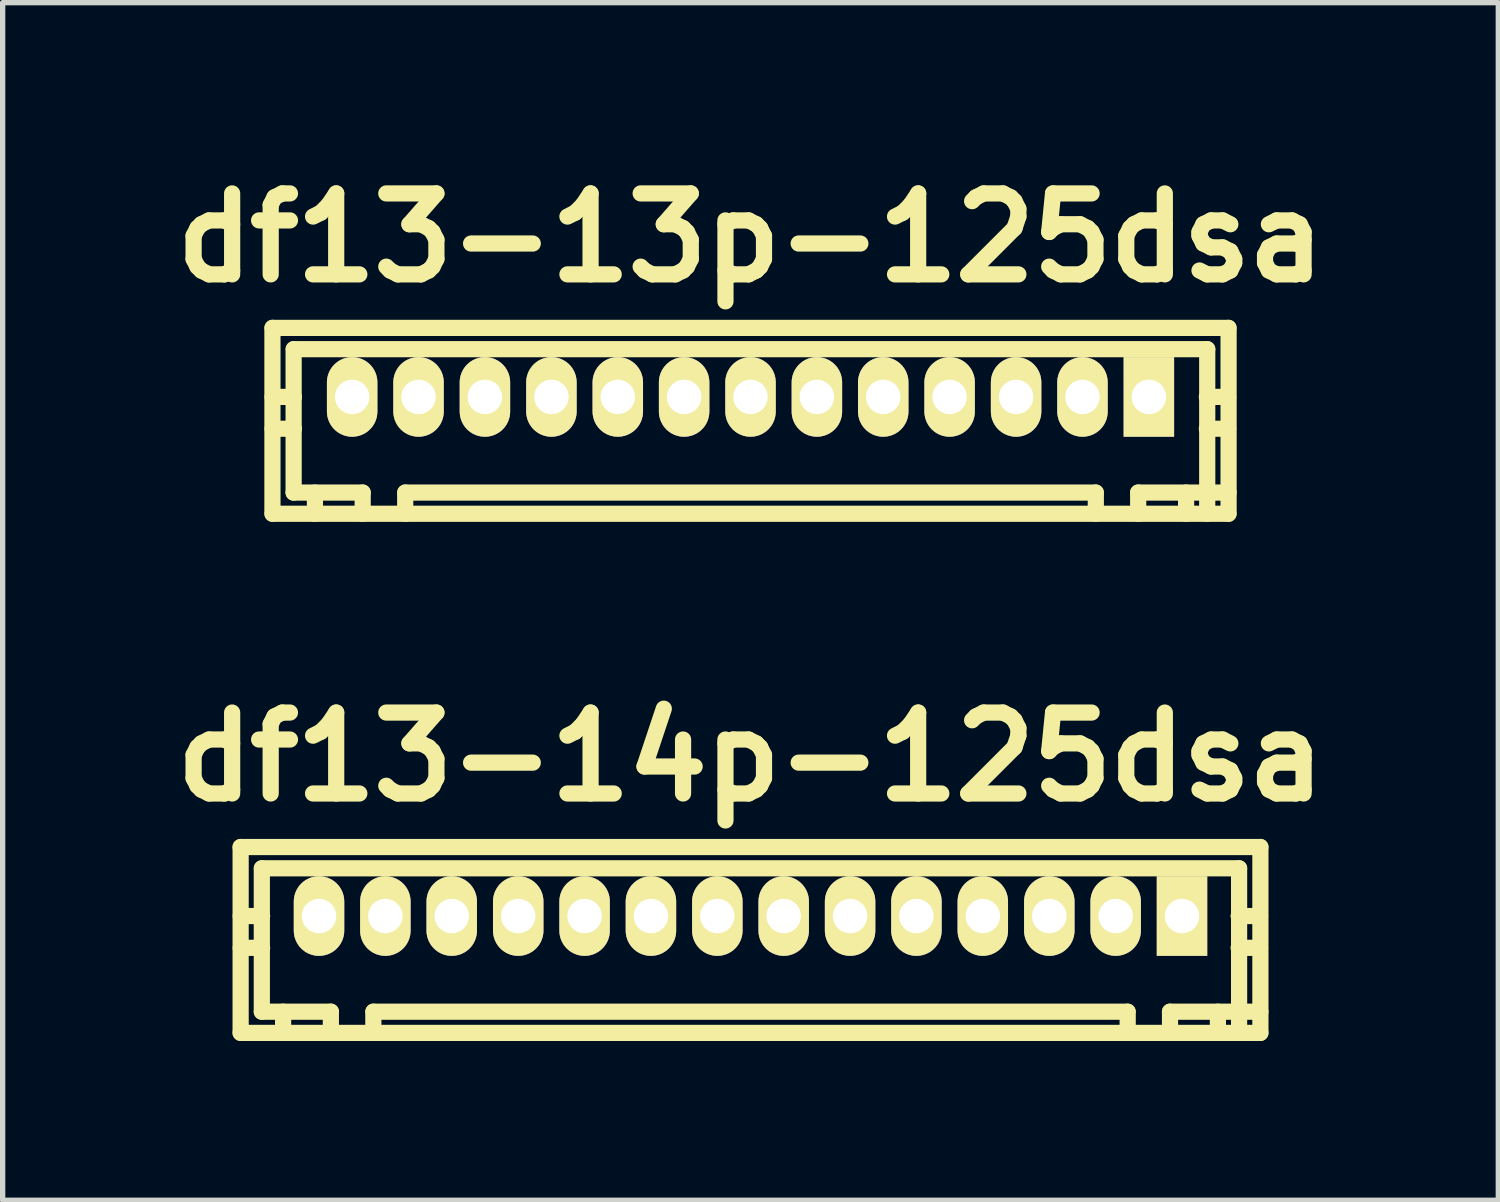
<source format=kicad_pcb>
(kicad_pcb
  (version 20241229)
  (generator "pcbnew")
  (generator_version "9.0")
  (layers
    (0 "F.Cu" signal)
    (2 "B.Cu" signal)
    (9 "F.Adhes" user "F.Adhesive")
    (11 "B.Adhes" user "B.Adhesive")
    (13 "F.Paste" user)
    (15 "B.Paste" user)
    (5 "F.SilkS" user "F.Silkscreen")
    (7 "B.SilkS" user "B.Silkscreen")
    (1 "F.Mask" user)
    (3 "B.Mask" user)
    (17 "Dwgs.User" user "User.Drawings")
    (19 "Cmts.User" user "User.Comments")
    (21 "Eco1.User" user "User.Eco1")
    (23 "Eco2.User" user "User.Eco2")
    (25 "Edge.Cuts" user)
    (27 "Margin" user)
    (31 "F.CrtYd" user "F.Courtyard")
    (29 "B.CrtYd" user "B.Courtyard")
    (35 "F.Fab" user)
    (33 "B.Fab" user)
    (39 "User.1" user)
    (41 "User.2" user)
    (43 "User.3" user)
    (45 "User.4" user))
  (footprint "df13-13p-125dsa"
    (layer "F.Cu")
    (at 11.082 4.424)
    (property "Reference" "df13-13p-125dsa" (at 0 -2.997 0) (layer "F.SilkS") (effects (font (size 1.524 1.524) (thickness 0.305))))
    (attr through_hole)
    (fp_line (start -9.002 2.2) (end -9.002 -1.3) (stroke (width 0.305) (type solid)) (layer "F.SilkS"))
    (fp_line (start -8.999 -1.3) (end 8.999 -1.3) (stroke (width 0.305) (type solid)) (layer "F.SilkS"))
    (fp_line (start -8.999 2.2) (end 8.999 2.2) (stroke (width 0.305) (type solid)) (layer "F.SilkS"))
    (fp_line (start -8.603 -0.899) (end -8.603 1.801) (stroke (width 0.305) (type solid)) (layer "F.SilkS"))
    (fp_line (start -8.598 0) (end -8.999 0) (stroke (width 0.305) (type solid)) (layer "F.SilkS"))
    (fp_line (start -8.598 0.599) (end -8.999 0.599) (stroke (width 0.305) (type solid)) (layer "F.SilkS"))
    (fp_line (start -8.202 1.801) (end -8.202 2.2) (stroke (width 0.305) (type solid)) (layer "F.SilkS"))
    (fp_line (start -7.6 -0.099) (end -7.6 0.099) (stroke (width 0.305) (type solid)) (layer "F.SilkS"))
    (fp_line (start -7.6 0.099) (end -7.399 0.099) (stroke (width 0.305) (type solid)) (layer "F.SilkS"))
    (fp_line (start -7.399 -0.099) (end -7.6 -0.099) (stroke (width 0.305) (type solid)) (layer "F.SilkS"))
    (fp_line (start -7.399 0.099) (end -7.399 -0.099) (stroke (width 0.305) (type solid)) (layer "F.SilkS"))
    (fp_line (start -7.303 1.801) (end -8.603 1.801) (stroke (width 0.305) (type solid)) (layer "F.SilkS"))
    (fp_line (start -7.303 1.801) (end -7.303 2.2) (stroke (width 0.305) (type solid)) (layer "F.SilkS"))
    (fp_line (start -6.502 2.2) (end -6.502 1.801) (stroke (width 0.305) (type solid)) (layer "F.SilkS"))
    (fp_line (start -6.299 -0.099) (end -6.299 0.099) (stroke (width 0.305) (type solid)) (layer "F.SilkS"))
    (fp_line (start -6.299 0.099) (end -6.101 0.099) (stroke (width 0.305) (type solid)) (layer "F.SilkS"))
    (fp_line (start -6.101 -0.099) (end -6.299 -0.099) (stroke (width 0.305) (type solid)) (layer "F.SilkS"))
    (fp_line (start -6.101 0.099) (end -6.101 -0.099) (stroke (width 0.305) (type solid)) (layer "F.SilkS"))
    (fp_line (start -5.1 -0.099) (end -5.1 0.099) (stroke (width 0.305) (type solid)) (layer "F.SilkS"))
    (fp_line (start -5.1 0.099) (end -4.9 0.099) (stroke (width 0.305) (type solid)) (layer "F.SilkS"))
    (fp_line (start -4.9 -0.099) (end -5.1 -0.099) (stroke (width 0.305) (type solid)) (layer "F.SilkS"))
    (fp_line (start -4.9 0.099) (end -4.9 -0.099) (stroke (width 0.305) (type solid)) (layer "F.SilkS"))
    (fp_line (start -3.8 -0.099) (end -3.8 0.099) (stroke (width 0.305) (type solid)) (layer "F.SilkS"))
    (fp_line (start -3.8 0.099) (end -3.599 0.099) (stroke (width 0.305) (type solid)) (layer "F.SilkS"))
    (fp_line (start -3.599 -0.099) (end -3.8 -0.099) (stroke (width 0.305) (type solid)) (layer "F.SilkS"))
    (fp_line (start -3.599 0.099) (end -3.599 -0.099) (stroke (width 0.305) (type solid)) (layer "F.SilkS"))
    (fp_line (start -2.601 -0.099) (end -2.601 0.099) (stroke (width 0.305) (type solid)) (layer "F.SilkS"))
    (fp_line (start -2.601 0.099) (end -2.4 0.099) (stroke (width 0.305) (type solid)) (layer "F.SilkS"))
    (fp_line (start -2.4 -0.099) (end -2.601 -0.099) (stroke (width 0.305) (type solid)) (layer "F.SilkS"))
    (fp_line (start -2.4 0.099) (end -2.4 -0.099) (stroke (width 0.305) (type solid)) (layer "F.SilkS"))
    (fp_line (start -1.3 -0.099) (end -1.3 0.099) (stroke (width 0.305) (type solid)) (layer "F.SilkS"))
    (fp_line (start -1.3 0.099) (end -1.1 0.099) (stroke (width 0.305) (type solid)) (layer "F.SilkS"))
    (fp_line (start -1.1 -0.099) (end -1.3 -0.099) (stroke (width 0.305) (type solid)) (layer "F.SilkS"))
    (fp_line (start -1.1 0.099) (end -1.1 -0.099) (stroke (width 0.305) (type solid)) (layer "F.SilkS"))
    (fp_line (start -0.099 -0.099) (end 0.099 -0.099) (stroke (width 0.305) (type solid)) (layer "F.SilkS"))
    (fp_line (start -0.099 0.099) (end -0.099 -0.099) (stroke (width 0.305) (type solid)) (layer "F.SilkS"))
    (fp_line (start 0.099 -0.099) (end 0.099 0.099) (stroke (width 0.305) (type solid)) (layer "F.SilkS"))
    (fp_line (start 0.099 0.099) (end -0.099 0.099) (stroke (width 0.305) (type solid)) (layer "F.SilkS"))
    (fp_line (start 1.1 -0.099) (end 1.3 -0.099) (stroke (width 0.305) (type solid)) (layer "F.SilkS"))
    (fp_line (start 1.1 0.099) (end 1.1 -0.099) (stroke (width 0.305) (type solid)) (layer "F.SilkS"))
    (fp_line (start 1.3 -0.099) (end 1.3 0.099) (stroke (width 0.305) (type solid)) (layer "F.SilkS"))
    (fp_line (start 1.3 0.099) (end 1.1 0.099) (stroke (width 0.305) (type solid)) (layer "F.SilkS"))
    (fp_line (start 2.4 -0.099) (end 2.601 -0.099) (stroke (width 0.305) (type solid)) (layer "F.SilkS"))
    (fp_line (start 2.4 0.099) (end 2.4 -0.099) (stroke (width 0.305) (type solid)) (layer "F.SilkS"))
    (fp_line (start 2.601 -0.099) (end 2.601 0.099) (stroke (width 0.305) (type solid)) (layer "F.SilkS"))
    (fp_line (start 2.601 0.099) (end 2.4 0.099) (stroke (width 0.305) (type solid)) (layer "F.SilkS"))
    (fp_line (start 3.599 -0.099) (end 3.8 -0.099) (stroke (width 0.305) (type solid)) (layer "F.SilkS"))
    (fp_line (start 3.599 0.099) (end 3.599 -0.099) (stroke (width 0.305) (type solid)) (layer "F.SilkS"))
    (fp_line (start 3.8 -0.099) (end 3.8 0.099) (stroke (width 0.305) (type solid)) (layer "F.SilkS"))
    (fp_line (start 3.8 0.099) (end 3.599 0.099) (stroke (width 0.305) (type solid)) (layer "F.SilkS"))
    (fp_line (start 4.9 -0.099) (end 5.1 -0.099) (stroke (width 0.305) (type solid)) (layer "F.SilkS"))
    (fp_line (start 4.9 0.099) (end 4.9 -0.099) (stroke (width 0.305) (type solid)) (layer "F.SilkS"))
    (fp_line (start 5.1 -0.099) (end 5.1 0.099) (stroke (width 0.305) (type solid)) (layer "F.SilkS"))
    (fp_line (start 5.1 0.099) (end 4.9 0.099) (stroke (width 0.305) (type solid)) (layer "F.SilkS"))
    (fp_line (start 6.101 -0.099) (end 6.299 -0.099) (stroke (width 0.305) (type solid)) (layer "F.SilkS"))
    (fp_line (start 6.101 0.099) (end 6.101 -0.099) (stroke (width 0.305) (type solid)) (layer "F.SilkS"))
    (fp_line (start 6.299 -0.099) (end 6.299 0.099) (stroke (width 0.305) (type solid)) (layer "F.SilkS"))
    (fp_line (start 6.299 0.099) (end 6.101 0.099) (stroke (width 0.305) (type solid)) (layer "F.SilkS"))
    (fp_line (start 6.5 1.801) (end -6.5 1.801) (stroke (width 0.305) (type solid)) (layer "F.SilkS"))
    (fp_line (start 6.502 2.2) (end 6.502 1.801) (stroke (width 0.305) (type solid)) (layer "F.SilkS"))
    (fp_line (start 7.3 1.801) (end 7.3 2.2) (stroke (width 0.305) (type solid)) (layer "F.SilkS"))
    (fp_line (start 7.3 1.801) (end 9.002 1.801) (stroke (width 0.305) (type solid)) (layer "F.SilkS"))
    (fp_line (start 7.399 -0.099) (end 7.6 -0.099) (stroke (width 0.305) (type solid)) (layer "F.SilkS"))
    (fp_line (start 7.399 0.099) (end 7.399 -0.099) (stroke (width 0.305) (type solid)) (layer "F.SilkS"))
    (fp_line (start 7.6 -0.099) (end 7.6 0.099) (stroke (width 0.305) (type solid)) (layer "F.SilkS"))
    (fp_line (start 7.6 0.099) (end 7.399 0.099) (stroke (width 0.305) (type solid)) (layer "F.SilkS"))
    (fp_line (start 8.202 1.801) (end 8.202 2.2) (stroke (width 0.305) (type solid)) (layer "F.SilkS"))
    (fp_line (start 8.593 0) (end 8.994 0) (stroke (width 0.305) (type solid)) (layer "F.SilkS"))
    (fp_line (start 8.6 -0.899) (end -8.6 -0.899) (stroke (width 0.305) (type solid)) (layer "F.SilkS"))
    (fp_line (start 8.6 -0.899) (end 8.6 2.2) (stroke (width 0.305) (type solid)) (layer "F.SilkS"))
    (fp_line (start 8.994 0.599) (end 8.593 0.599) (stroke (width 0.305) (type solid)) (layer "F.SilkS"))
    (fp_line (start 9.002 -1.3) (end 9.002 2.2) (stroke (width 0.305) (type solid)) (layer "F.SilkS"))
    (pad "1" thru_hole rect (at 7.501 0) (size 0.95 1.499) (drill 0.648) (layers "*.Cu" "*.Mask" "F.SilkS"))
    (pad "2" thru_hole oval (at 6.251 0) (size 0.95 1.499) (drill 0.648) (layers "*.Cu" "*.Mask" "F.SilkS"))
    (pad "3" thru_hole oval (at 5.001 0) (size 0.95 1.499) (drill 0.648) (layers "*.Cu" "*.Mask" "F.SilkS"))
    (pad "4" thru_hole oval (at 3.749 0) (size 0.95 1.499) (drill 0.648) (layers "*.Cu" "*.Mask" "F.SilkS"))
    (pad "5" thru_hole oval (at 2.499 0) (size 0.95 1.499) (drill 0.648) (layers "*.Cu" "*.Mask" "F.SilkS"))
    (pad "6" thru_hole oval (at 1.25 0) (size 0.95 1.499) (drill 0.648) (layers "*.Cu" "*.Mask" "F.SilkS"))
    (pad "7" thru_hole oval (at 0 0) (size 0.95 1.499) (drill 0.648) (layers "*.Cu" "*.Mask" "F.SilkS"))
    (pad "8" thru_hole oval (at -1.25 0) (size 0.95 1.499) (drill 0.648) (layers "*.Cu" "*.Mask" "F.SilkS"))
    (pad "9" thru_hole oval (at -2.499 0) (size 0.95 1.499) (drill 0.648) (layers "*.Cu" "*.Mask" "F.SilkS"))
    (pad "10" thru_hole oval (at -3.749 0) (size 0.95 1.499) (drill 0.648) (layers "*.Cu" "*.Mask" "F.SilkS"))
    (pad "11" thru_hole oval (at -5.001 0) (size 0.95 1.499) (drill 0.648) (layers "*.Cu" "*.Mask" "F.SilkS"))
    (pad "12" thru_hole oval (at -6.251 0) (size 0.95 1.499) (drill 0.648) (layers "*.Cu" "*.Mask" "F.SilkS"))
    (pad "13" thru_hole oval (at -7.501 0) (size 0.95 1.499) (drill 0.648) (layers "*.Cu" "*.Mask" "F.SilkS")))
  (footprint "df13-14p-125dsa"
    (layer "F.Cu")
    (at 11.082 14.199)
    (property "Reference" "df13-14p-125dsa" (at 0 -2.997 0) (layer "F.SilkS") (effects (font (size 1.524 1.524) (thickness 0.305))))
    (attr through_hole)
    (fp_line (start -9.601 -1.3) (end 9.601 -1.3) (stroke (width 0.305) (type solid)) (layer "F.SilkS"))
    (fp_line (start -9.601 2.2) (end -9.601 -1.3) (stroke (width 0.305) (type solid)) (layer "F.SilkS"))
    (fp_line (start -9.601 2.2) (end 9.601 2.2) (stroke (width 0.305) (type solid)) (layer "F.SilkS"))
    (fp_line (start -9.202 -0.899) (end -9.202 1.801) (stroke (width 0.305) (type solid)) (layer "F.SilkS"))
    (fp_line (start -9.197 0) (end -9.599 0) (stroke (width 0.305) (type solid)) (layer "F.SilkS"))
    (fp_line (start -9.197 0.599) (end -9.599 0.599) (stroke (width 0.305) (type solid)) (layer "F.SilkS"))
    (fp_line (start -8.801 1.801) (end -8.801 2.2) (stroke (width 0.305) (type solid)) (layer "F.SilkS"))
    (fp_line (start -8.199 -0.099) (end -8.199 0.099) (stroke (width 0.305) (type solid)) (layer "F.SilkS"))
    (fp_line (start -8.199 0.099) (end -8.001 0.099) (stroke (width 0.305) (type solid)) (layer "F.SilkS"))
    (fp_line (start -8.001 -0.099) (end -8.199 -0.099) (stroke (width 0.305) (type solid)) (layer "F.SilkS"))
    (fp_line (start -8.001 0.099) (end -8.001 -0.099) (stroke (width 0.305) (type solid)) (layer "F.SilkS"))
    (fp_line (start -7.902 1.801) (end -9.202 1.801) (stroke (width 0.305) (type solid)) (layer "F.SilkS"))
    (fp_line (start -7.902 1.801) (end -7.902 2.2) (stroke (width 0.305) (type solid)) (layer "F.SilkS"))
    (fp_line (start -7.102 2.2) (end -7.102 1.801) (stroke (width 0.305) (type solid)) (layer "F.SilkS"))
    (fp_line (start -7.099 1.801) (end 7.099 1.801) (stroke (width 0.305) (type solid)) (layer "F.SilkS"))
    (fp_line (start -7 -0.099) (end -7 0.099) (stroke (width 0.305) (type solid)) (layer "F.SilkS"))
    (fp_line (start -7 0.099) (end -6.8 0.099) (stroke (width 0.305) (type solid)) (layer "F.SilkS"))
    (fp_line (start -6.8 -0.099) (end -7 -0.099) (stroke (width 0.305) (type solid)) (layer "F.SilkS"))
    (fp_line (start -6.8 0.099) (end -6.8 -0.099) (stroke (width 0.305) (type solid)) (layer "F.SilkS"))
    (fp_line (start -5.7 -0.099) (end -5.7 0.099) (stroke (width 0.305) (type solid)) (layer "F.SilkS"))
    (fp_line (start -5.7 0.099) (end -5.499 0.099) (stroke (width 0.305) (type solid)) (layer "F.SilkS"))
    (fp_line (start -5.499 -0.099) (end -5.7 -0.099) (stroke (width 0.305) (type solid)) (layer "F.SilkS"))
    (fp_line (start -5.499 0.099) (end -5.499 -0.099) (stroke (width 0.305) (type solid)) (layer "F.SilkS"))
    (fp_line (start -4.501 -0.099) (end -4.3 -0.099) (stroke (width 0.305) (type solid)) (layer "F.SilkS"))
    (fp_line (start -4.501 0.099) (end -4.501 -0.099) (stroke (width 0.305) (type solid)) (layer "F.SilkS"))
    (fp_line (start -4.3 -0.099) (end -4.3 0.099) (stroke (width 0.305) (type solid)) (layer "F.SilkS"))
    (fp_line (start -4.3 0.099) (end -4.501 0.099) (stroke (width 0.305) (type solid)) (layer "F.SilkS"))
    (fp_line (start -3.2 -0.099) (end -3.2 0.099) (stroke (width 0.305) (type solid)) (layer "F.SilkS"))
    (fp_line (start -3.2 0.099) (end -3 0.099) (stroke (width 0.305) (type solid)) (layer "F.SilkS"))
    (fp_line (start -3 -0.099) (end -3.2 -0.099) (stroke (width 0.305) (type solid)) (layer "F.SilkS"))
    (fp_line (start -3 0.099) (end -3 -0.099) (stroke (width 0.305) (type solid)) (layer "F.SilkS"))
    (fp_line (start -1.999 -0.099) (end -1.999 0.099) (stroke (width 0.305) (type solid)) (layer "F.SilkS"))
    (fp_line (start -1.999 0.099) (end -1.801 0.099) (stroke (width 0.305) (type solid)) (layer "F.SilkS"))
    (fp_line (start -1.801 -0.099) (end -1.999 -0.099) (stroke (width 0.305) (type solid)) (layer "F.SilkS"))
    (fp_line (start -1.801 0.099) (end -1.801 -0.099) (stroke (width 0.305) (type solid)) (layer "F.SilkS"))
    (fp_line (start -0.701 -0.099) (end -0.701 0.099) (stroke (width 0.305) (type solid)) (layer "F.SilkS"))
    (fp_line (start -0.701 0.099) (end -0.5 0.099) (stroke (width 0.305) (type solid)) (layer "F.SilkS"))
    (fp_line (start -0.5 -0.099) (end -0.701 -0.099) (stroke (width 0.305) (type solid)) (layer "F.SilkS"))
    (fp_line (start -0.5 0.099) (end -0.5 -0.099) (stroke (width 0.305) (type solid)) (layer "F.SilkS"))
    (fp_line (start 0.5 -0.099) (end 0.701 -0.099) (stroke (width 0.305) (type solid)) (layer "F.SilkS"))
    (fp_line (start 0.5 0.099) (end 0.5 -0.099) (stroke (width 0.305) (type solid)) (layer "F.SilkS"))
    (fp_line (start 0.701 -0.099) (end 0.701 0.099) (stroke (width 0.305) (type solid)) (layer "F.SilkS"))
    (fp_line (start 0.701 0.099) (end 0.5 0.099) (stroke (width 0.305) (type solid)) (layer "F.SilkS"))
    (fp_line (start 1.801 -0.099) (end 1.999 -0.099) (stroke (width 0.305) (type solid)) (layer "F.SilkS"))
    (fp_line (start 1.801 0.099) (end 1.801 -0.099) (stroke (width 0.305) (type solid)) (layer "F.SilkS"))
    (fp_line (start 1.999 -0.099) (end 1.999 0.099) (stroke (width 0.305) (type solid)) (layer "F.SilkS"))
    (fp_line (start 1.999 0.099) (end 1.801 0.099) (stroke (width 0.305) (type solid)) (layer "F.SilkS"))
    (fp_line (start 3 -0.099) (end 3.2 -0.099) (stroke (width 0.305) (type solid)) (layer "F.SilkS"))
    (fp_line (start 3 0.099) (end 3 -0.099) (stroke (width 0.305) (type solid)) (layer "F.SilkS"))
    (fp_line (start 3.2 -0.099) (end 3.2 0.099) (stroke (width 0.305) (type solid)) (layer "F.SilkS"))
    (fp_line (start 3.2 0.099) (end 3 0.099) (stroke (width 0.305) (type solid)) (layer "F.SilkS"))
    (fp_line (start 4.3 -0.099) (end 4.501 -0.099) (stroke (width 0.305) (type solid)) (layer "F.SilkS"))
    (fp_line (start 4.3 0.099) (end 4.3 -0.099) (stroke (width 0.305) (type solid)) (layer "F.SilkS"))
    (fp_line (start 4.501 -0.099) (end 4.501 0.099) (stroke (width 0.305) (type solid)) (layer "F.SilkS"))
    (fp_line (start 4.501 0.099) (end 4.3 0.099) (stroke (width 0.305) (type solid)) (layer "F.SilkS"))
    (fp_line (start 5.499 -0.099) (end 5.7 -0.099) (stroke (width 0.305) (type solid)) (layer "F.SilkS"))
    (fp_line (start 5.499 0.099) (end 5.499 -0.099) (stroke (width 0.305) (type solid)) (layer "F.SilkS"))
    (fp_line (start 5.7 -0.099) (end 5.7 0.099) (stroke (width 0.305) (type solid)) (layer "F.SilkS"))
    (fp_line (start 5.7 0.099) (end 5.499 0.099) (stroke (width 0.305) (type solid)) (layer "F.SilkS"))
    (fp_line (start 6.8 -0.099) (end 7 -0.099) (stroke (width 0.305) (type solid)) (layer "F.SilkS"))
    (fp_line (start 6.8 0.099) (end 6.8 -0.099) (stroke (width 0.305) (type solid)) (layer "F.SilkS"))
    (fp_line (start 7 -0.099) (end 7 0.099) (stroke (width 0.305) (type solid)) (layer "F.SilkS"))
    (fp_line (start 7 0.099) (end 6.8 0.099) (stroke (width 0.305) (type solid)) (layer "F.SilkS"))
    (fp_line (start 7.102 2.2) (end 7.102 1.801) (stroke (width 0.305) (type solid)) (layer "F.SilkS"))
    (fp_line (start 7.899 1.801) (end 7.899 2.2) (stroke (width 0.305) (type solid)) (layer "F.SilkS"))
    (fp_line (start 7.899 1.801) (end 9.601 1.801) (stroke (width 0.305) (type solid)) (layer "F.SilkS"))
    (fp_line (start 8.001 -0.099) (end 8.199 -0.099) (stroke (width 0.305) (type solid)) (layer "F.SilkS"))
    (fp_line (start 8.001 0.099) (end 8.001 -0.099) (stroke (width 0.305) (type solid)) (layer "F.SilkS"))
    (fp_line (start 8.199 -0.099) (end 8.199 0.099) (stroke (width 0.305) (type solid)) (layer "F.SilkS"))
    (fp_line (start 8.199 0.099) (end 8.001 0.099) (stroke (width 0.305) (type solid)) (layer "F.SilkS"))
    (fp_line (start 8.801 1.801) (end 8.801 2.2) (stroke (width 0.305) (type solid)) (layer "F.SilkS"))
    (fp_line (start 9.192 0) (end 9.594 0) (stroke (width 0.305) (type solid)) (layer "F.SilkS"))
    (fp_line (start 9.2 -0.899) (end -9.2 -0.899) (stroke (width 0.305) (type solid)) (layer "F.SilkS"))
    (fp_line (start 9.2 -0.899) (end 9.2 2.2) (stroke (width 0.305) (type solid)) (layer "F.SilkS"))
    (fp_line (start 9.594 0.599) (end 9.192 0.599) (stroke (width 0.305) (type solid)) (layer "F.SilkS"))
    (fp_line (start 9.601 -1.3) (end 9.601 2.2) (stroke (width 0.305) (type solid)) (layer "F.SilkS"))
    (pad "1" thru_hole rect (at 8.125 0) (size 0.95 1.499) (drill 0.648) (layers "*.Cu" "*.Mask" "F.SilkS"))
    (pad "2" thru_hole oval (at 6.876 0) (size 0.95 1.499) (drill 0.648) (layers "*.Cu" "*.Mask" "F.SilkS"))
    (pad "3" thru_hole oval (at 5.626 0) (size 0.95 1.499) (drill 0.648) (layers "*.Cu" "*.Mask" "F.SilkS"))
    (pad "4" thru_hole oval (at 4.374 0) (size 0.95 1.499) (drill 0.648) (layers "*.Cu" "*.Mask" "F.SilkS"))
    (pad "5" thru_hole oval (at 3.124 0) (size 0.95 1.499) (drill 0.648) (layers "*.Cu" "*.Mask" "F.SilkS"))
    (pad "6" thru_hole oval (at 1.875 0) (size 0.95 1.499) (drill 0.648) (layers "*.Cu" "*.Mask" "F.SilkS"))
    (pad "7" thru_hole oval (at 0.625 0) (size 0.95 1.499) (drill 0.648) (layers "*.Cu" "*.Mask" "F.SilkS"))
    (pad "8" thru_hole oval (at -0.625 0) (size 0.95 1.499) (drill 0.648) (layers "*.Cu" "*.Mask" "F.SilkS"))
    (pad "9" thru_hole oval (at -1.875 0) (size 0.95 1.499) (drill 0.648) (layers "*.Cu" "*.Mask" "F.SilkS"))
    (pad "10" thru_hole oval (at -3.124 0) (size 0.95 1.499) (drill 0.648) (layers "*.Cu" "*.Mask" "F.SilkS"))
    (pad "11" thru_hole oval (at -4.374 0) (size 0.95 1.499) (drill 0.648) (layers "*.Cu" "*.Mask" "F.SilkS"))
    (pad "12" thru_hole oval (at -5.626 0) (size 0.95 1.499) (drill 0.648) (layers "*.Cu" "*.Mask" "F.SilkS"))
    (pad "13" thru_hole oval (at -6.876 0) (size 0.95 1.499) (drill 0.648) (layers "*.Cu" "*.Mask" "F.SilkS"))
    (pad "14" thru_hole oval (at -8.125 0) (size 0.95 1.499) (drill 0.648) (layers "*.Cu" "*.Mask" "F.SilkS")))
  (gr_rect
    (start -3 -3)
    (end 25.163 19.551)
    (stroke (width 0.1) (type default))
    (fill no)
    (layer "Edge.Cuts")))
</source>
